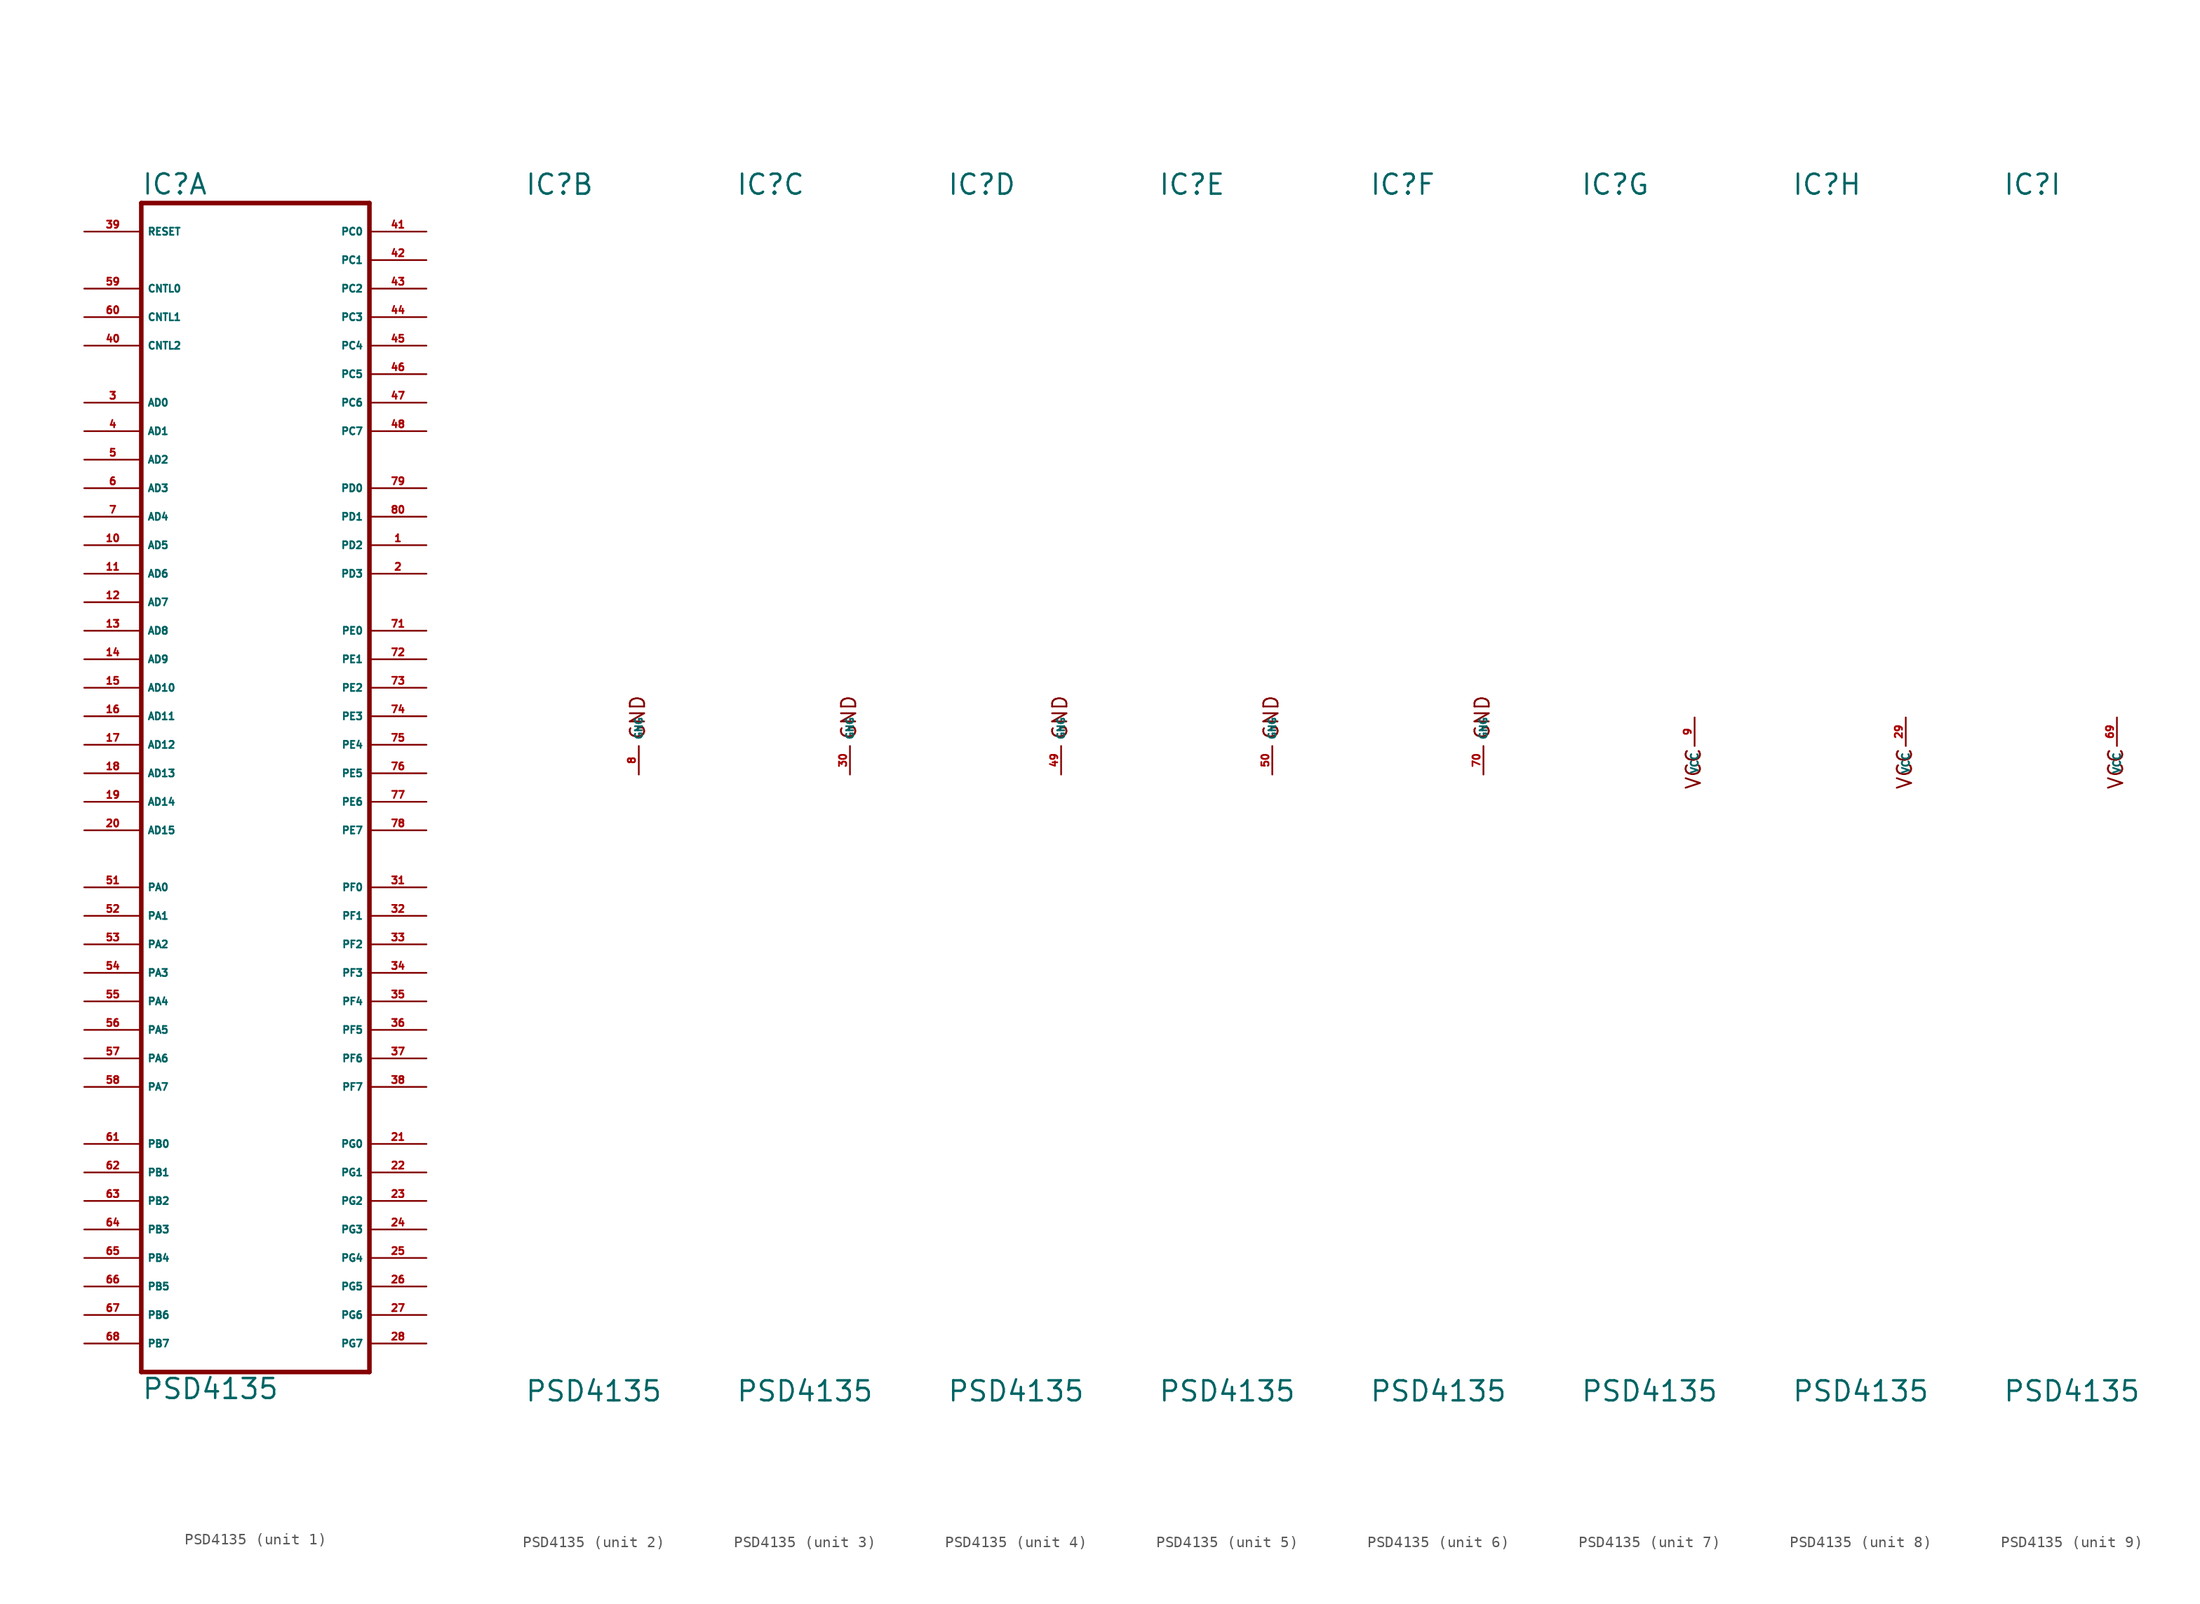
<source format=kicad_sym>
(kicad_symbol_lib
  (version 20220914)
  (generator Eagle2Kicad)
  (symbol "PSD4135"
    (property "Reference" "IC"
      (at -10.16 48.895 0)
      (effects (font (size 1.778 1.778) (thickness 0.22)) (justify left bottom)))
    (property "Value" "PSD4135"
      (at -10.16 -58.42 0)
      (effects (font (size 1.778 1.778) (thickness 0.22)) (justify left bottom)))
    (symbol "PSD4135_1_0"
      (polyline (pts (xy 10.16 -55.88) (xy -10.16 -55.88)) (stroke (width 0.406) (type default)) (fill (type none)))
      (polyline (pts (xy -10.16 -55.88) (xy -10.16 48.26)) (stroke (width 0.406) (type default)) (fill (type none)))
      (polyline (pts (xy -10.16 48.26) (xy 10.16 48.26)) (stroke (width 0.406) (type default)) (fill (type none)))
      (polyline (pts (xy 10.16 48.26) (xy 10.16 -55.88)) (stroke (width 0.406) (type default)) (fill (type none)))
      (pin input line (at -15.24 45.72 0) (length 5.08) (name "RESET" (effects (font (size 0.635 0.635) (thickness 0.08)) (justify left bottom))) (number "39" (effects (font (size 0.635 0.635) (thickness 0.08)) (justify left bottom))))
      (pin input line (at -15.24 40.64 0) (length 5.08) (name "CNTL0" (effects (font (size 0.635 0.635) (thickness 0.08)) (justify left bottom))) (number "59" (effects (font (size 0.635 0.635) (thickness 0.08)) (justify left bottom))))
      (pin bidirectional line (at -15.24 30.48 0) (length 5.08) (name "AD0" (effects (font (size 0.635 0.635) (thickness 0.08)) (justify left bottom))) (number "3" (effects (font (size 0.635 0.635) (thickness 0.08)) (justify left bottom))))
      (pin bidirectional line (at -15.24 27.94 0) (length 5.08) (name "AD1" (effects (font (size 0.635 0.635) (thickness 0.08)) (justify left bottom))) (number "4" (effects (font (size 0.635 0.635) (thickness 0.08)) (justify left bottom))))
      (pin bidirectional line (at -15.24 25.4 0) (length 5.08) (name "AD2" (effects (font (size 0.635 0.635) (thickness 0.08)) (justify left bottom))) (number "5" (effects (font (size 0.635 0.635) (thickness 0.08)) (justify left bottom))))
      (pin bidirectional line (at -15.24 22.86 0) (length 5.08) (name "AD3" (effects (font (size 0.635 0.635) (thickness 0.08)) (justify left bottom))) (number "6" (effects (font (size 0.635 0.635) (thickness 0.08)) (justify left bottom))))
      (pin bidirectional line (at -15.24 20.32 0) (length 5.08) (name "AD4" (effects (font (size 0.635 0.635) (thickness 0.08)) (justify left bottom))) (number "7" (effects (font (size 0.635 0.635) (thickness 0.08)) (justify left bottom))))
      (pin bidirectional line (at -15.24 17.78 0) (length 5.08) (name "AD5" (effects (font (size 0.635 0.635) (thickness 0.08)) (justify left bottom))) (number "10" (effects (font (size 0.635 0.635) (thickness 0.08)) (justify left bottom))))
      (pin bidirectional line (at -15.24 15.24 0) (length 5.08) (name "AD6" (effects (font (size 0.635 0.635) (thickness 0.08)) (justify left bottom))) (number "11" (effects (font (size 0.635 0.635) (thickness 0.08)) (justify left bottom))))
      (pin bidirectional line (at -15.24 12.7 0) (length 5.08) (name "AD7" (effects (font (size 0.635 0.635) (thickness 0.08)) (justify left bottom))) (number "12" (effects (font (size 0.635 0.635) (thickness 0.08)) (justify left bottom))))
      (pin bidirectional line (at -15.24 10.16 0) (length 5.08) (name "AD8" (effects (font (size 0.635 0.635) (thickness 0.08)) (justify left bottom))) (number "13" (effects (font (size 0.635 0.635) (thickness 0.08)) (justify left bottom))))
      (pin bidirectional line (at -15.24 7.62 0) (length 5.08) (name "AD9" (effects (font (size 0.635 0.635) (thickness 0.08)) (justify left bottom))) (number "14" (effects (font (size 0.635 0.635) (thickness 0.08)) (justify left bottom))))
      (pin bidirectional line (at -15.24 5.08 0) (length 5.08) (name "AD10" (effects (font (size 0.635 0.635) (thickness 0.08)) (justify left bottom))) (number "15" (effects (font (size 0.635 0.635) (thickness 0.08)) (justify left bottom))))
      (pin bidirectional line (at -15.24 2.54 0) (length 5.08) (name "AD11" (effects (font (size 0.635 0.635) (thickness 0.08)) (justify left bottom))) (number "16" (effects (font (size 0.635 0.635) (thickness 0.08)) (justify left bottom))))
      (pin bidirectional line (at -15.24 0 0) (length 5.08) (name "AD12" (effects (font (size 0.635 0.635) (thickness 0.08)) (justify left bottom))) (number "17" (effects (font (size 0.635 0.635) (thickness 0.08)) (justify left bottom))))
      (pin bidirectional line (at -15.24 -2.54 0) (length 5.08) (name "AD13" (effects (font (size 0.635 0.635) (thickness 0.08)) (justify left bottom))) (number "18" (effects (font (size 0.635 0.635) (thickness 0.08)) (justify left bottom))))
      (pin bidirectional line (at -15.24 -5.08 0) (length 5.08) (name "AD14" (effects (font (size 0.635 0.635) (thickness 0.08)) (justify left bottom))) (number "19" (effects (font (size 0.635 0.635) (thickness 0.08)) (justify left bottom))))
      (pin bidirectional line (at -15.24 -7.62 0) (length 5.08) (name "AD15" (effects (font (size 0.635 0.635) (thickness 0.08)) (justify left bottom))) (number "20" (effects (font (size 0.635 0.635) (thickness 0.08)) (justify left bottom))))
      (pin bidirectional line (at -15.24 -12.7 0) (length 5.08) (name "PA0" (effects (font (size 0.635 0.635) (thickness 0.08)) (justify left bottom))) (number "51" (effects (font (size 0.635 0.635) (thickness 0.08)) (justify left bottom))))
      (pin bidirectional line (at -15.24 -15.24 0) (length 5.08) (name "PA1" (effects (font (size 0.635 0.635) (thickness 0.08)) (justify left bottom))) (number "52" (effects (font (size 0.635 0.635) (thickness 0.08)) (justify left bottom))))
      (pin bidirectional line (at -15.24 -17.78 0) (length 5.08) (name "PA2" (effects (font (size 0.635 0.635) (thickness 0.08)) (justify left bottom))) (number "53" (effects (font (size 0.635 0.635) (thickness 0.08)) (justify left bottom))))
      (pin bidirectional line (at -15.24 -20.32 0) (length 5.08) (name "PA3" (effects (font (size 0.635 0.635) (thickness 0.08)) (justify left bottom))) (number "54" (effects (font (size 0.635 0.635) (thickness 0.08)) (justify left bottom))))
      (pin bidirectional line (at -15.24 -22.86 0) (length 5.08) (name "PA4" (effects (font (size 0.635 0.635) (thickness 0.08)) (justify left bottom))) (number "55" (effects (font (size 0.635 0.635) (thickness 0.08)) (justify left bottom))))
      (pin bidirectional line (at -15.24 -25.4 0) (length 5.08) (name "PA5" (effects (font (size 0.635 0.635) (thickness 0.08)) (justify left bottom))) (number "56" (effects (font (size 0.635 0.635) (thickness 0.08)) (justify left bottom))))
      (pin bidirectional line (at -15.24 -27.94 0) (length 5.08) (name "PA6" (effects (font (size 0.635 0.635) (thickness 0.08)) (justify left bottom))) (number "57" (effects (font (size 0.635 0.635) (thickness 0.08)) (justify left bottom))))
      (pin bidirectional line (at -15.24 -30.48 0) (length 5.08) (name "PA7" (effects (font (size 0.635 0.635) (thickness 0.08)) (justify left bottom))) (number "58" (effects (font (size 0.635 0.635) (thickness 0.08)) (justify left bottom))))
      (pin bidirectional line (at -15.24 -35.56 0) (length 5.08) (name "PB0" (effects (font (size 0.635 0.635) (thickness 0.08)) (justify left bottom))) (number "61" (effects (font (size 0.635 0.635) (thickness 0.08)) (justify left bottom))))
      (pin bidirectional line (at -15.24 -38.1 0) (length 5.08) (name "PB1" (effects (font (size 0.635 0.635) (thickness 0.08)) (justify left bottom))) (number "62" (effects (font (size 0.635 0.635) (thickness 0.08)) (justify left bottom))))
      (pin bidirectional line (at -15.24 -40.64 0) (length 5.08) (name "PB2" (effects (font (size 0.635 0.635) (thickness 0.08)) (justify left bottom))) (number "63" (effects (font (size 0.635 0.635) (thickness 0.08)) (justify left bottom))))
      (pin bidirectional line (at -15.24 -43.18 0) (length 5.08) (name "PB3" (effects (font (size 0.635 0.635) (thickness 0.08)) (justify left bottom))) (number "64" (effects (font (size 0.635 0.635) (thickness 0.08)) (justify left bottom))))
      (pin bidirectional line (at -15.24 -45.72 0) (length 5.08) (name "PB4" (effects (font (size 0.635 0.635) (thickness 0.08)) (justify left bottom))) (number "65" (effects (font (size 0.635 0.635) (thickness 0.08)) (justify left bottom))))
      (pin bidirectional line (at -15.24 -48.26 0) (length 5.08) (name "PB5" (effects (font (size 0.635 0.635) (thickness 0.08)) (justify left bottom))) (number "66" (effects (font (size 0.635 0.635) (thickness 0.08)) (justify left bottom))))
      (pin bidirectional line (at -15.24 -50.8 0) (length 5.08) (name "PB6" (effects (font (size 0.635 0.635) (thickness 0.08)) (justify left bottom))) (number "67" (effects (font (size 0.635 0.635) (thickness 0.08)) (justify left bottom))))
      (pin bidirectional line (at -15.24 -53.34 0) (length 5.08) (name "PB7" (effects (font (size 0.635 0.635) (thickness 0.08)) (justify left bottom))) (number "68" (effects (font (size 0.635 0.635) (thickness 0.08)) (justify left bottom))))
      (pin bidirectional line (at 15.24 45.72 180) (length 5.08) (name "PC0" (effects (font (size 0.635 0.635) (thickness 0.08)) (justify left bottom))) (number "41" (effects (font (size 0.635 0.635) (thickness 0.08)) (justify left bottom))))
      (pin bidirectional line (at 15.24 43.18 180) (length 5.08) (name "PC1" (effects (font (size 0.635 0.635) (thickness 0.08)) (justify left bottom))) (number "42" (effects (font (size 0.635 0.635) (thickness 0.08)) (justify left bottom))))
      (pin bidirectional line (at 15.24 40.64 180) (length 5.08) (name "PC2" (effects (font (size 0.635 0.635) (thickness 0.08)) (justify left bottom))) (number "43" (effects (font (size 0.635 0.635) (thickness 0.08)) (justify left bottom))))
      (pin bidirectional line (at 15.24 38.1 180) (length 5.08) (name "PC3" (effects (font (size 0.635 0.635) (thickness 0.08)) (justify left bottom))) (number "44" (effects (font (size 0.635 0.635) (thickness 0.08)) (justify left bottom))))
      (pin bidirectional line (at 15.24 35.56 180) (length 5.08) (name "PC4" (effects (font (size 0.635 0.635) (thickness 0.08)) (justify left bottom))) (number "45" (effects (font (size 0.635 0.635) (thickness 0.08)) (justify left bottom))))
      (pin bidirectional line (at 15.24 33.02 180) (length 5.08) (name "PC5" (effects (font (size 0.635 0.635) (thickness 0.08)) (justify left bottom))) (number "46" (effects (font (size 0.635 0.635) (thickness 0.08)) (justify left bottom))))
      (pin bidirectional line (at 15.24 30.48 180) (length 5.08) (name "PC6" (effects (font (size 0.635 0.635) (thickness 0.08)) (justify left bottom))) (number "47" (effects (font (size 0.635 0.635) (thickness 0.08)) (justify left bottom))))
      (pin bidirectional line (at 15.24 27.94 180) (length 5.08) (name "PC7" (effects (font (size 0.635 0.635) (thickness 0.08)) (justify left bottom))) (number "48" (effects (font (size 0.635 0.635) (thickness 0.08)) (justify left bottom))))
      (pin bidirectional line (at 15.24 22.86 180) (length 5.08) (name "PD0" (effects (font (size 0.635 0.635) (thickness 0.08)) (justify left bottom))) (number "79" (effects (font (size 0.635 0.635) (thickness 0.08)) (justify left bottom))))
      (pin bidirectional line (at 15.24 20.32 180) (length 5.08) (name "PD1" (effects (font (size 0.635 0.635) (thickness 0.08)) (justify left bottom))) (number "80" (effects (font (size 0.635 0.635) (thickness 0.08)) (justify left bottom))))
      (pin bidirectional line (at 15.24 17.78 180) (length 5.08) (name "PD2" (effects (font (size 0.635 0.635) (thickness 0.08)) (justify left bottom))) (number "1" (effects (font (size 0.635 0.635) (thickness 0.08)) (justify left bottom))))
      (pin bidirectional line (at 15.24 15.24 180) (length 5.08) (name "PD3" (effects (font (size 0.635 0.635) (thickness 0.08)) (justify left bottom))) (number "2" (effects (font (size 0.635 0.635) (thickness 0.08)) (justify left bottom))))
      (pin bidirectional line (at 15.24 10.16 180) (length 5.08) (name "PE0" (effects (font (size 0.635 0.635) (thickness 0.08)) (justify left bottom))) (number "71" (effects (font (size 0.635 0.635) (thickness 0.08)) (justify left bottom))))
      (pin bidirectional line (at 15.24 7.62 180) (length 5.08) (name "PE1" (effects (font (size 0.635 0.635) (thickness 0.08)) (justify left bottom))) (number "72" (effects (font (size 0.635 0.635) (thickness 0.08)) (justify left bottom))))
      (pin bidirectional line (at 15.24 5.08 180) (length 5.08) (name "PE2" (effects (font (size 0.635 0.635) (thickness 0.08)) (justify left bottom))) (number "73" (effects (font (size 0.635 0.635) (thickness 0.08)) (justify left bottom))))
      (pin bidirectional line (at 15.24 2.54 180) (length 5.08) (name "PE3" (effects (font (size 0.635 0.635) (thickness 0.08)) (justify left bottom))) (number "74" (effects (font (size 0.635 0.635) (thickness 0.08)) (justify left bottom))))
      (pin bidirectional line (at 15.24 0 180) (length 5.08) (name "PE4" (effects (font (size 0.635 0.635) (thickness 0.08)) (justify left bottom))) (number "75" (effects (font (size 0.635 0.635) (thickness 0.08)) (justify left bottom))))
      (pin bidirectional line (at 15.24 -2.54 180) (length 5.08) (name "PE5" (effects (font (size 0.635 0.635) (thickness 0.08)) (justify left bottom))) (number "76" (effects (font (size 0.635 0.635) (thickness 0.08)) (justify left bottom))))
      (pin bidirectional line (at 15.24 -5.08 180) (length 5.08) (name "PE6" (effects (font (size 0.635 0.635) (thickness 0.08)) (justify left bottom))) (number "77" (effects (font (size 0.635 0.635) (thickness 0.08)) (justify left bottom))))
      (pin bidirectional line (at 15.24 -7.62 180) (length 5.08) (name "PE7" (effects (font (size 0.635 0.635) (thickness 0.08)) (justify left bottom))) (number "78" (effects (font (size 0.635 0.635) (thickness 0.08)) (justify left bottom))))
      (pin input line (at -15.24 38.1 0) (length 5.08) (name "CNTL1" (effects (font (size 0.635 0.635) (thickness 0.08)) (justify left bottom))) (number "60" (effects (font (size 0.635 0.635) (thickness 0.08)) (justify left bottom))))
      (pin input line (at -15.24 35.56 0) (length 5.08) (name "CNTL2" (effects (font (size 0.635 0.635) (thickness 0.08)) (justify left bottom))) (number "40" (effects (font (size 0.635 0.635) (thickness 0.08)) (justify left bottom))))
      (pin bidirectional line (at 15.24 -12.7 180) (length 5.08) (name "PF0" (effects (font (size 0.635 0.635) (thickness 0.08)) (justify left bottom))) (number "31" (effects (font (size 0.635 0.635) (thickness 0.08)) (justify left bottom))))
      (pin bidirectional line (at 15.24 -15.24 180) (length 5.08) (name "PF1" (effects (font (size 0.635 0.635) (thickness 0.08)) (justify left bottom))) (number "32" (effects (font (size 0.635 0.635) (thickness 0.08)) (justify left bottom))))
      (pin bidirectional line (at 15.24 -17.78 180) (length 5.08) (name "PF2" (effects (font (size 0.635 0.635) (thickness 0.08)) (justify left bottom))) (number "33" (effects (font (size 0.635 0.635) (thickness 0.08)) (justify left bottom))))
      (pin bidirectional line (at 15.24 -20.32 180) (length 5.08) (name "PF3" (effects (font (size 0.635 0.635) (thickness 0.08)) (justify left bottom))) (number "34" (effects (font (size 0.635 0.635) (thickness 0.08)) (justify left bottom))))
      (pin bidirectional line (at 15.24 -22.86 180) (length 5.08) (name "PF4" (effects (font (size 0.635 0.635) (thickness 0.08)) (justify left bottom))) (number "35" (effects (font (size 0.635 0.635) (thickness 0.08)) (justify left bottom))))
      (pin bidirectional line (at 15.24 -25.4 180) (length 5.08) (name "PF5" (effects (font (size 0.635 0.635) (thickness 0.08)) (justify left bottom))) (number "36" (effects (font (size 0.635 0.635) (thickness 0.08)) (justify left bottom))))
      (pin bidirectional line (at 15.24 -27.94 180) (length 5.08) (name "PF6" (effects (font (size 0.635 0.635) (thickness 0.08)) (justify left bottom))) (number "37" (effects (font (size 0.635 0.635) (thickness 0.08)) (justify left bottom))))
      (pin bidirectional line (at 15.24 -30.48 180) (length 5.08) (name "PF7" (effects (font (size 0.635 0.635) (thickness 0.08)) (justify left bottom))) (number "38" (effects (font (size 0.635 0.635) (thickness 0.08)) (justify left bottom))))
      (pin bidirectional line (at 15.24 -35.56 180) (length 5.08) (name "PG0" (effects (font (size 0.635 0.635) (thickness 0.08)) (justify left bottom))) (number "21" (effects (font (size 0.635 0.635) (thickness 0.08)) (justify left bottom))))
      (pin bidirectional line (at 15.24 -38.1 180) (length 5.08) (name "PG1" (effects (font (size 0.635 0.635) (thickness 0.08)) (justify left bottom))) (number "22" (effects (font (size 0.635 0.635) (thickness 0.08)) (justify left bottom))))
      (pin bidirectional line (at 15.24 -40.64 180) (length 5.08) (name "PG2" (effects (font (size 0.635 0.635) (thickness 0.08)) (justify left bottom))) (number "23" (effects (font (size 0.635 0.635) (thickness 0.08)) (justify left bottom))))
      (pin bidirectional line (at 15.24 -43.18 180) (length 5.08) (name "PG3" (effects (font (size 0.635 0.635) (thickness 0.08)) (justify left bottom))) (number "24" (effects (font (size 0.635 0.635) (thickness 0.08)) (justify left bottom))))
      (pin bidirectional line (at 15.24 -45.72 180) (length 5.08) (name "PG4" (effects (font (size 0.635 0.635) (thickness 0.08)) (justify left bottom))) (number "25" (effects (font (size 0.635 0.635) (thickness 0.08)) (justify left bottom))))
      (pin bidirectional line (at 15.24 -48.26 180) (length 5.08) (name "PG5" (effects (font (size 0.635 0.635) (thickness 0.08)) (justify left bottom))) (number "26" (effects (font (size 0.635 0.635) (thickness 0.08)) (justify left bottom))))
      (pin bidirectional line (at 15.24 -50.8 180) (length 5.08) (name "PG6" (effects (font (size 0.635 0.635) (thickness 0.08)) (justify left bottom))) (number "27" (effects (font (size 0.635 0.635) (thickness 0.08)) (justify left bottom))))
      (pin bidirectional line (at 15.24 -53.34 180) (length 5.08) (name "PG7" (effects (font (size 0.635 0.635) (thickness 0.08)) (justify left bottom))) (number "28" (effects (font (size 0.635 0.635) (thickness 0.08)) (justify left bottom)))))
    (symbol "PSD4135_2_0"
      (text "GND" (at 0.635 0.508 900) (effects (font (size 1.27 1.27) (thickness 0.16)) (justify left bottom)))
      (pin unspecified line (at 0 -2.54 90) (length 2.54) (name "GNG" (effects (font (size 0.635 0.635) (thickness 0.08)) (justify left bottom))) (number "8" (effects (font (size 0.635 0.635) (thickness 0.08)) (justify left bottom)))))
    (symbol "PSD4135_3_0"
      (text "GND" (at 0.635 0.508 900) (effects (font (size 1.27 1.27) (thickness 0.16)) (justify left bottom)))
      (pin unspecified line (at 0 -2.54 90) (length 2.54) (name "GNG" (effects (font (size 0.635 0.635) (thickness 0.08)) (justify left bottom))) (number "30" (effects (font (size 0.635 0.635) (thickness 0.08)) (justify left bottom)))))
    (symbol "PSD4135_4_0"
      (text "GND" (at 0.635 0.508 900) (effects (font (size 1.27 1.27) (thickness 0.16)) (justify left bottom)))
      (pin unspecified line (at 0 -2.54 90) (length 2.54) (name "GNG" (effects (font (size 0.635 0.635) (thickness 0.08)) (justify left bottom))) (number "49" (effects (font (size 0.635 0.635) (thickness 0.08)) (justify left bottom)))))
    (symbol "PSD4135_5_0"
      (text "GND" (at 0.635 0.508 900) (effects (font (size 1.27 1.27) (thickness 0.16)) (justify left bottom)))
      (pin unspecified line (at 0 -2.54 90) (length 2.54) (name "GNG" (effects (font (size 0.635 0.635) (thickness 0.08)) (justify left bottom))) (number "50" (effects (font (size 0.635 0.635) (thickness 0.08)) (justify left bottom)))))
    (symbol "PSD4135_6_0"
      (text "GND" (at 0.635 0.508 900) (effects (font (size 1.27 1.27) (thickness 0.16)) (justify left bottom)))
      (pin unspecified line (at 0 -2.54 90) (length 2.54) (name "GNG" (effects (font (size 0.635 0.635) (thickness 0.08)) (justify left bottom))) (number "70" (effects (font (size 0.635 0.635) (thickness 0.08)) (justify left bottom)))))
    (symbol "PSD4135_7_0"
      (text "VCC" (at 0.635 -3.937 900) (effects (font (size 1.27 1.27) (thickness 0.16)) (justify left bottom)))
      (pin unspecified line (at 0 2.54 270) (length 2.54) (name "VCC" (effects (font (size 0.635 0.635) (thickness 0.08)) (justify left bottom))) (number "9" (effects (font (size 0.635 0.635) (thickness 0.08)) (justify left bottom)))))
    (symbol "PSD4135_8_0"
      (text "VCC" (at 0.635 -3.937 900) (effects (font (size 1.27 1.27) (thickness 0.16)) (justify left bottom)))
      (pin unspecified line (at 0 2.54 270) (length 2.54) (name "VCC" (effects (font (size 0.635 0.635) (thickness 0.08)) (justify left bottom))) (number "29" (effects (font (size 0.635 0.635) (thickness 0.08)) (justify left bottom)))))
    (symbol "PSD4135_9_0"
      (text "VCC" (at 0.635 -3.937 900) (effects (font (size 1.27 1.27) (thickness 0.16)) (justify left bottom)))
      (pin unspecified line (at 0 2.54 270) (length 2.54) (name "VCC" (effects (font (size 0.635 0.635) (thickness 0.08)) (justify left bottom))) (number "69" (effects (font (size 0.635 0.635) (thickness 0.08)) (justify left bottom)))))))
</source>
